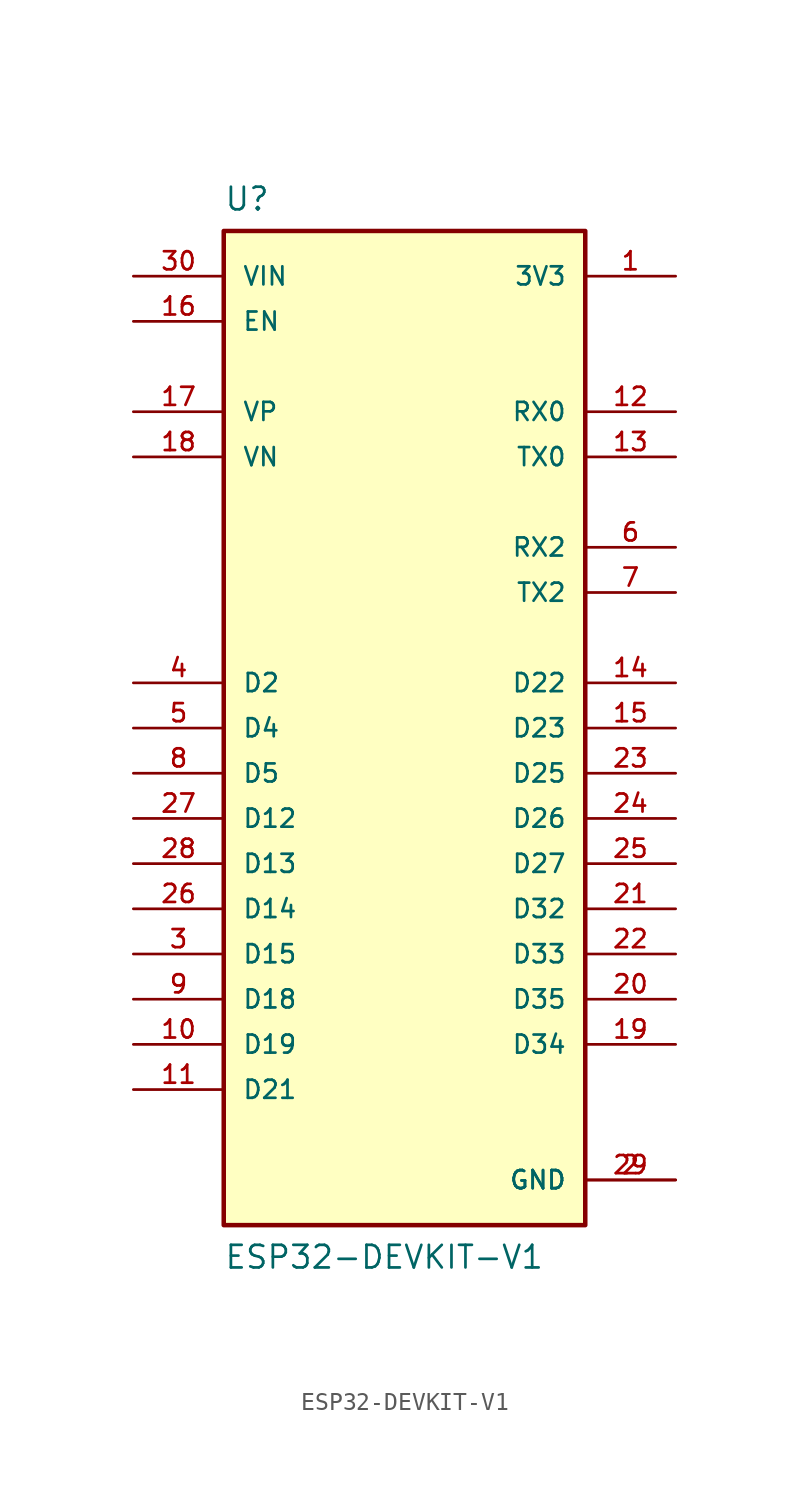
<source format=kicad_sym>
(kicad_symbol_lib
  (version 20211014)
  (generator kicad_symbol_editor)
  (symbol "ESP32-DEVKIT-V1"
    (pin_names
      (offset 1.016))
    (property "Reference" "U"
      (at -10.16 30.48 0)
      (effects (font (size 1.27 1.27)) (justify top left)))
    (property "Value" "ESP32-DEVKIT-V1"
      (at -10.16 -30.48 0)
      (effects (font (size 1.27 1.27)) (justify bottom left)))
    (symbol "ESP32-DEVKIT-V1_0_0"
      (rectangle (start -10.16 -27.94) (end 10.16 27.94) (stroke (width 0.254)) (fill (type background)))
      (pin input line (at -15.24 22.86 0) (length 5.08) (name "EN" (effects (font (size 1.016 1.016)))) (number "16" (effects (font (size 1.016 1.016)))))
      (pin bidirectional line (at -15.24 17.78 0) (length 5.08) (name "VP" (effects (font (size 1.016 1.016)))) (number "17" (effects (font (size 1.016 1.016)))))
      (pin bidirectional line (at -15.24 15.24 0) (length 5.08) (name "VN" (effects (font (size 1.016 1.016)))) (number "18" (effects (font (size 1.016 1.016)))))
      (pin bidirectional line (at 15.24 -17.78 180.0) (length 5.08) (name "D34" (effects (font (size 1.016 1.016)))) (number "19" (effects (font (size 1.016 1.016)))))
      (pin bidirectional line (at 15.24 -15.24 180.0) (length 5.08) (name "D35" (effects (font (size 1.016 1.016)))) (number "20" (effects (font (size 1.016 1.016)))))
      (pin bidirectional line (at 15.24 -10.16 180.0) (length 5.08) (name "D32" (effects (font (size 1.016 1.016)))) (number "21" (effects (font (size 1.016 1.016)))))
      (pin bidirectional line (at 15.24 -12.7 180.0) (length 5.08) (name "D33" (effects (font (size 1.016 1.016)))) (number "22" (effects (font (size 1.016 1.016)))))
      (pin bidirectional line (at 15.24 -2.54 180.0) (length 5.08) (name "D25" (effects (font (size 1.016 1.016)))) (number "23" (effects (font (size 1.016 1.016)))))
      (pin bidirectional line (at 15.24 -5.08 180.0) (length 5.08) (name "D26" (effects (font (size 1.016 1.016)))) (number "24" (effects (font (size 1.016 1.016)))))
      (pin bidirectional line (at 15.24 -7.62 180.0) (length 5.08) (name "D27" (effects (font (size 1.016 1.016)))) (number "25" (effects (font (size 1.016 1.016)))))
      (pin bidirectional line (at -15.24 -10.16 0) (length 5.08) (name "D14" (effects (font (size 1.016 1.016)))) (number "26" (effects (font (size 1.016 1.016)))))
      (pin bidirectional line (at -15.24 -5.08 0) (length 5.08) (name "D12" (effects (font (size 1.016 1.016)))) (number "27" (effects (font (size 1.016 1.016)))))
      (pin bidirectional line (at -15.24 -7.62 0) (length 5.08) (name "D13" (effects (font (size 1.016 1.016)))) (number "28" (effects (font (size 1.016 1.016)))))
      (pin power_in line (at 15.24 -25.4 180.0) (length 5.08) (name "GND" (effects (font (size 1.016 1.016)))) (number "2" (effects (font (size 1.016 1.016)))))
      (pin power_in line (at 15.24 -25.4 180.0) (length 5.08) (name "GND" (effects (font (size 1.016 1.016)))) (number "29" (effects (font (size 1.016 1.016)))))
      (pin input line (at -15.24 25.4 0) (length 5.08) (name "VIN" (effects (font (size 1.016 1.016)))) (number "30" (effects (font (size 1.016 1.016)))))
      (pin bidirectional line (at 15.24 0.0 180.0) (length 5.08) (name "D23" (effects (font (size 1.016 1.016)))) (number "15" (effects (font (size 1.016 1.016)))))
      (pin bidirectional line (at 15.24 2.54 180.0) (length 5.08) (name "D22" (effects (font (size 1.016 1.016)))) (number "14" (effects (font (size 1.016 1.016)))))
      (pin output line (at 15.24 15.24 180.0) (length 5.08) (name "TX0" (effects (font (size 1.016 1.016)))) (number "13" (effects (font (size 1.016 1.016)))))
      (pin input line (at 15.24 17.78 180.0) (length 5.08) (name "RX0" (effects (font (size 1.016 1.016)))) (number "12" (effects (font (size 1.016 1.016)))))
      (pin bidirectional line (at -15.24 -20.32 0) (length 5.08) (name "D21" (effects (font (size 1.016 1.016)))) (number "11" (effects (font (size 1.016 1.016)))))
      (pin bidirectional line (at -15.24 -17.78 0) (length 5.08) (name "D19" (effects (font (size 1.016 1.016)))) (number "10" (effects (font (size 1.016 1.016)))))
      (pin bidirectional line (at -15.24 -15.24 0) (length 5.08) (name "D18" (effects (font (size 1.016 1.016)))) (number "9" (effects (font (size 1.016 1.016)))))
      (pin bidirectional line (at -15.24 -2.54 0) (length 5.08) (name "D5" (effects (font (size 1.016 1.016)))) (number "8" (effects (font (size 1.016 1.016)))))
      (pin output line (at 15.24 7.62 180.0) (length 5.08) (name "TX2" (effects (font (size 1.016 1.016)))) (number "7" (effects (font (size 1.016 1.016)))))
      (pin input line (at 15.24 10.16 180.0) (length 5.08) (name "RX2" (effects (font (size 1.016 1.016)))) (number "6" (effects (font (size 1.016 1.016)))))
      (pin bidirectional line (at -15.24 0.0 0) (length 5.08) (name "D4" (effects (font (size 1.016 1.016)))) (number "5" (effects (font (size 1.016 1.016)))))
      (pin bidirectional line (at -15.24 2.54 0) (length 5.08) (name "D2" (effects (font (size 1.016 1.016)))) (number "4" (effects (font (size 1.016 1.016)))))
      (pin bidirectional line (at -15.24 -12.7 0) (length 5.08) (name "D15" (effects (font (size 1.016 1.016)))) (number "3" (effects (font (size 1.016 1.016)))))
      (pin output line (at 15.24 25.4 180.0) (length 5.08) (name "3V3" (effects (font (size 1.016 1.016)))) (number "1" (effects (font (size 1.016 1.016))))))))
</source>
